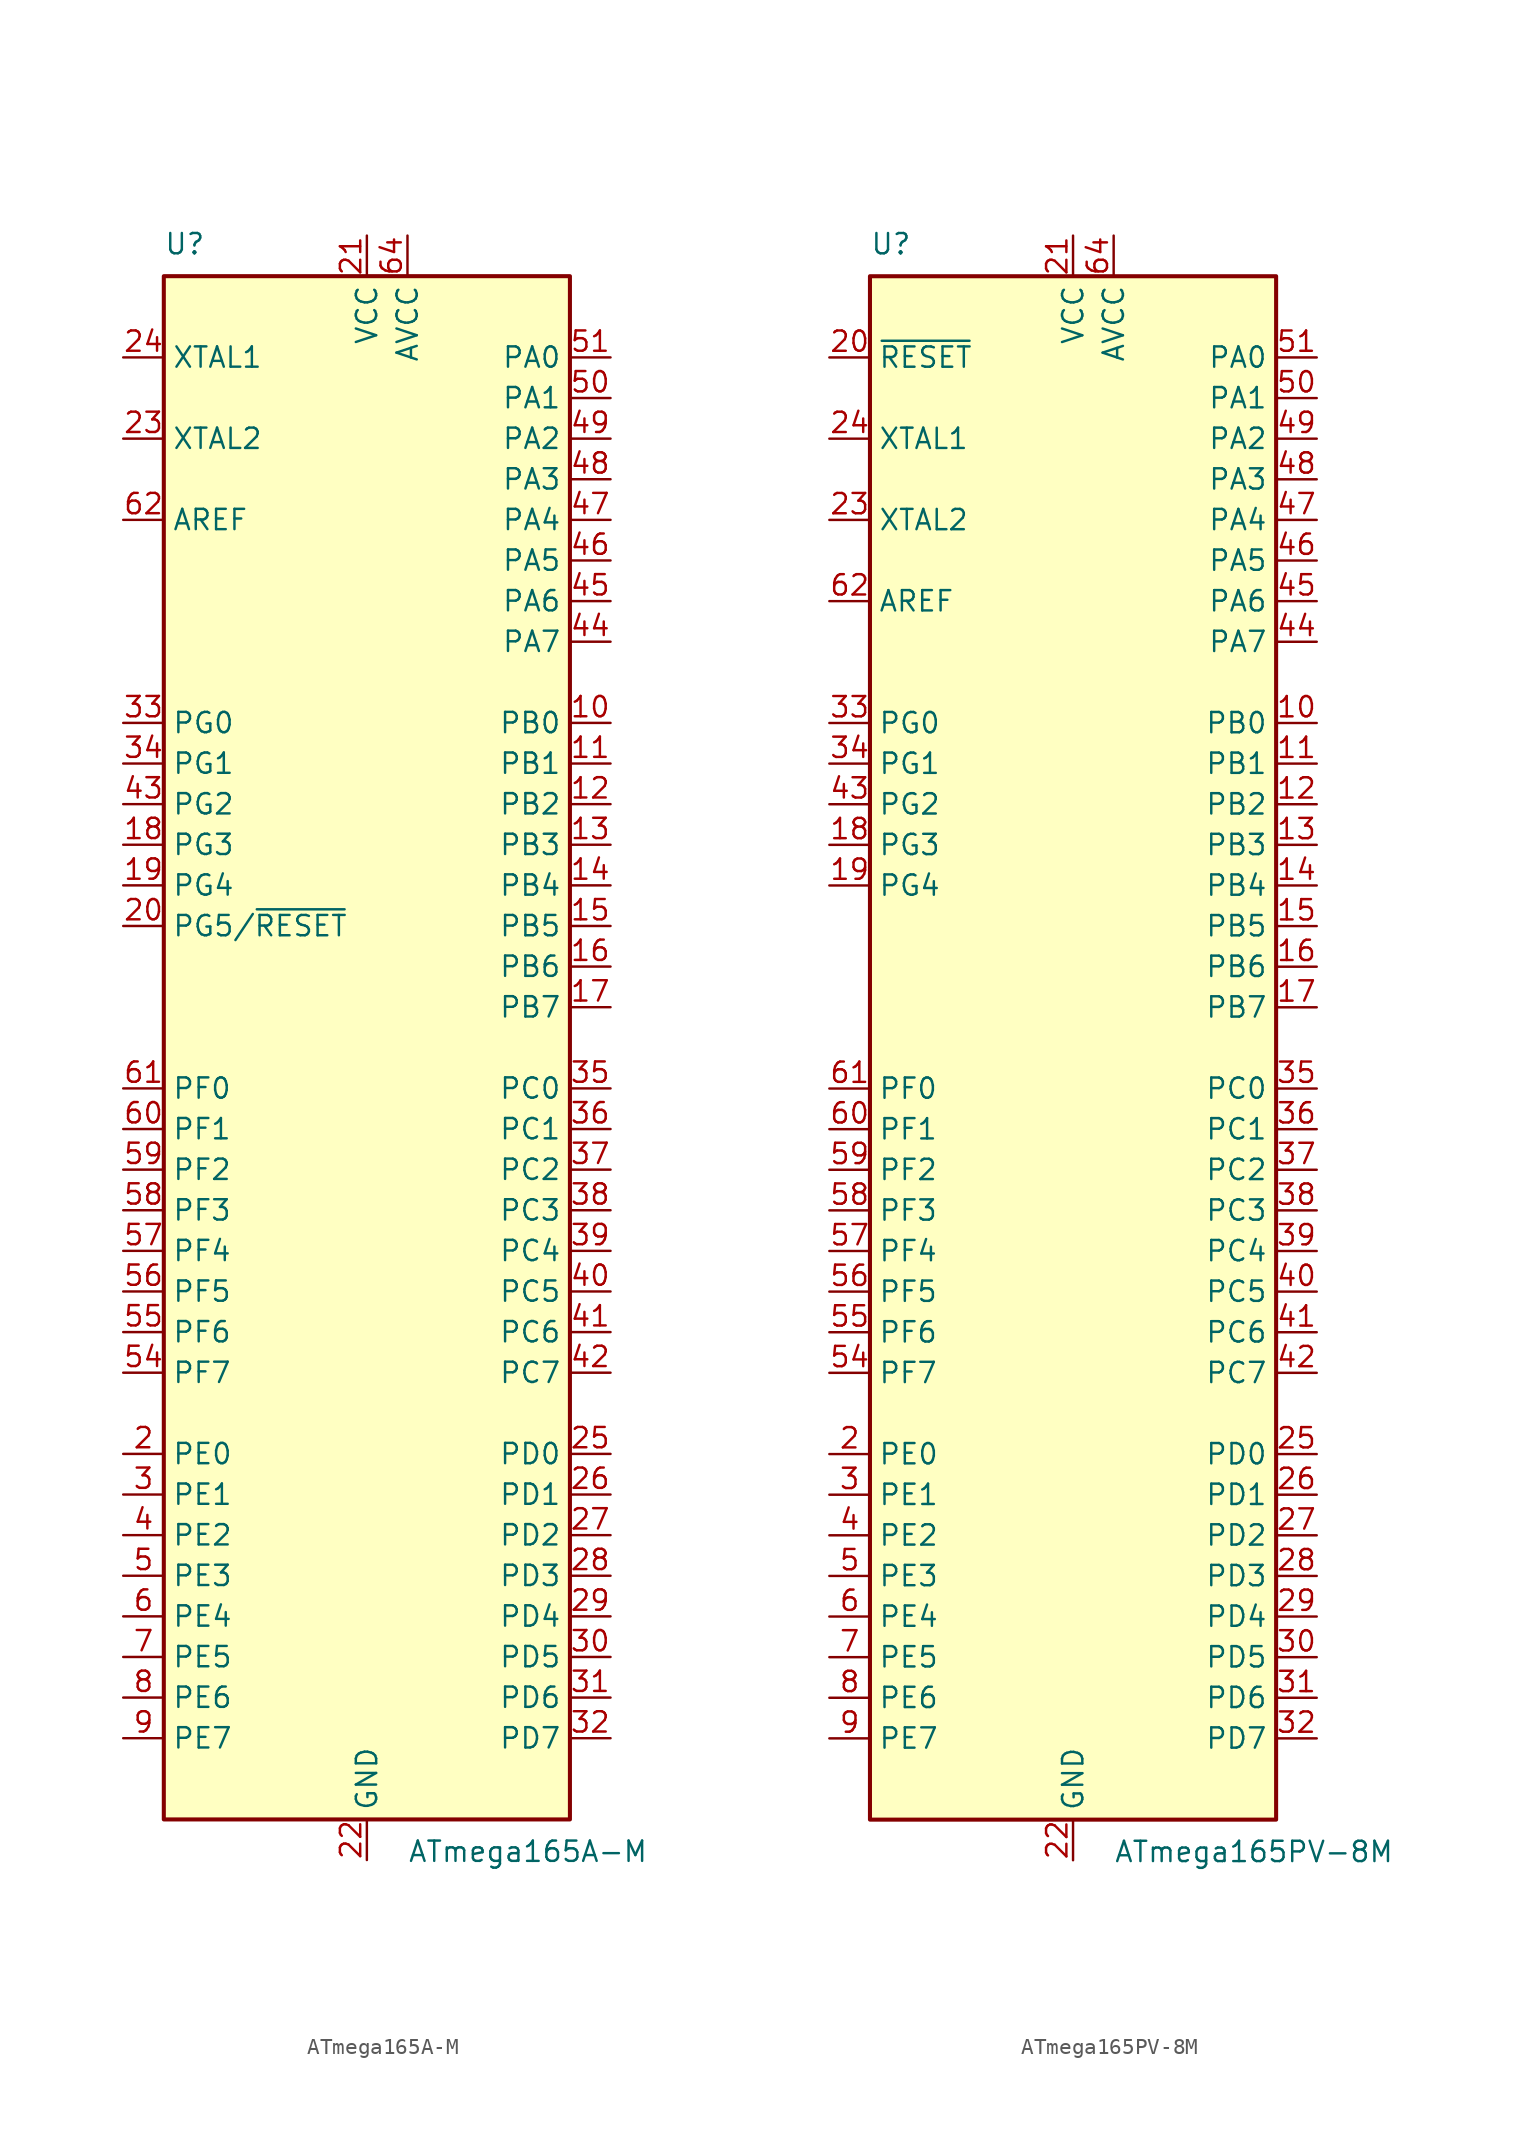
<source format=kicad_sym>
(kicad_symbol_lib
  (version 20201005)
  (generator kicad_symbol_editor)
  (symbol "MCU_Microchip_ATmega:ATmega165A-M"
    (property "Reference" "U"
      (at -12.7 49.53 0)
      (effects (font (size 1.27 1.27)) (justify left bottom)))
    (property "Value" "ATmega165A-M"
      (at 2.54 -49.53 0)
      (effects (font (size 1.27 1.27)) (justify left top)))
    (symbol "ATmega165A-M_0_1"
      (rectangle (start -12.7 -48.26) (end 12.7 48.26) (stroke (width 0.254)) (fill (type background))))
    (symbol "ATmega165A-M_1_1"
      (pin no_connect line (at -12.7 -45.72 0) (length 2.54) hide (name "NC" (effects (font (size 1.27 1.27)))) (number "1" (effects (font (size 1.27 1.27)))))
      (pin bidirectional line (at 15.24 20.32 180) (length 2.54) (name "PB0" (effects (font (size 1.27 1.27)))) (number "10" (effects (font (size 1.27 1.27)))))
      (pin bidirectional line (at 15.24 17.78 180) (length 2.54) (name "PB1" (effects (font (size 1.27 1.27)))) (number "11" (effects (font (size 1.27 1.27)))))
      (pin bidirectional line (at 15.24 15.24 180) (length 2.54) (name "PB2" (effects (font (size 1.27 1.27)))) (number "12" (effects (font (size 1.27 1.27)))))
      (pin bidirectional line (at 15.24 12.7 180) (length 2.54) (name "PB3" (effects (font (size 1.27 1.27)))) (number "13" (effects (font (size 1.27 1.27)))))
      (pin bidirectional line (at 15.24 10.16 180) (length 2.54) (name "PB4" (effects (font (size 1.27 1.27)))) (number "14" (effects (font (size 1.27 1.27)))))
      (pin bidirectional line (at 15.24 7.62 180) (length 2.54) (name "PB5" (effects (font (size 1.27 1.27)))) (number "15" (effects (font (size 1.27 1.27)))))
      (pin bidirectional line (at 15.24 5.08 180) (length 2.54) (name "PB6" (effects (font (size 1.27 1.27)))) (number "16" (effects (font (size 1.27 1.27)))))
      (pin bidirectional line (at 15.24 2.54 180) (length 2.54) (name "PB7" (effects (font (size 1.27 1.27)))) (number "17" (effects (font (size 1.27 1.27)))))
      (pin bidirectional line (at -15.24 12.7 0) (length 2.54) (name "PG3" (effects (font (size 1.27 1.27)))) (number "18" (effects (font (size 1.27 1.27)))))
      (pin bidirectional line (at -15.24 10.16 0) (length 2.54) (name "PG4" (effects (font (size 1.27 1.27)))) (number "19" (effects (font (size 1.27 1.27)))))
      (pin bidirectional line (at -15.24 -25.4 0) (length 2.54) (name "PE0" (effects (font (size 1.27 1.27)))) (number "2" (effects (font (size 1.27 1.27)))))
      (pin bidirectional line (at -15.24 7.62 0) (length 2.54) (name "PG5/~RESET" (effects (font (size 1.27 1.27)))) (number "20" (effects (font (size 1.27 1.27)))))
      (pin power_in line (at 0 50.8 270) (length 2.54) (name "VCC" (effects (font (size 1.27 1.27)))) (number "21" (effects (font (size 1.27 1.27)))))
      (pin power_in line (at 0 -50.8 90) (length 2.54) (name "GND" (effects (font (size 1.27 1.27)))) (number "22" (effects (font (size 1.27 1.27)))))
      (pin output line (at -15.24 38.1 0) (length 2.54) (name "XTAL2" (effects (font (size 1.27 1.27)))) (number "23" (effects (font (size 1.27 1.27)))))
      (pin input line (at -15.24 43.18 0) (length 2.54) (name "XTAL1" (effects (font (size 1.27 1.27)))) (number "24" (effects (font (size 1.27 1.27)))))
      (pin bidirectional line (at 15.24 -25.4 180) (length 2.54) (name "PD0" (effects (font (size 1.27 1.27)))) (number "25" (effects (font (size 1.27 1.27)))))
      (pin bidirectional line (at 15.24 -27.94 180) (length 2.54) (name "PD1" (effects (font (size 1.27 1.27)))) (number "26" (effects (font (size 1.27 1.27)))))
      (pin bidirectional line (at 15.24 -30.48 180) (length 2.54) (name "PD2" (effects (font (size 1.27 1.27)))) (number "27" (effects (font (size 1.27 1.27)))))
      (pin bidirectional line (at 15.24 -33.02 180) (length 2.54) (name "PD3" (effects (font (size 1.27 1.27)))) (number "28" (effects (font (size 1.27 1.27)))))
      (pin bidirectional line (at 15.24 -35.56 180) (length 2.54) (name "PD4" (effects (font (size 1.27 1.27)))) (number "29" (effects (font (size 1.27 1.27)))))
      (pin bidirectional line (at -15.24 -27.94 0) (length 2.54) (name "PE1" (effects (font (size 1.27 1.27)))) (number "3" (effects (font (size 1.27 1.27)))))
      (pin bidirectional line (at 15.24 -38.1 180) (length 2.54) (name "PD5" (effects (font (size 1.27 1.27)))) (number "30" (effects (font (size 1.27 1.27)))))
      (pin bidirectional line (at 15.24 -40.64 180) (length 2.54) (name "PD6" (effects (font (size 1.27 1.27)))) (number "31" (effects (font (size 1.27 1.27)))))
      (pin bidirectional line (at 15.24 -43.18 180) (length 2.54) (name "PD7" (effects (font (size 1.27 1.27)))) (number "32" (effects (font (size 1.27 1.27)))))
      (pin bidirectional line (at -15.24 20.32 0) (length 2.54) (name "PG0" (effects (font (size 1.27 1.27)))) (number "33" (effects (font (size 1.27 1.27)))))
      (pin bidirectional line (at -15.24 17.78 0) (length 2.54) (name "PG1" (effects (font (size 1.27 1.27)))) (number "34" (effects (font (size 1.27 1.27)))))
      (pin bidirectional line (at 15.24 -2.54 180) (length 2.54) (name "PC0" (effects (font (size 1.27 1.27)))) (number "35" (effects (font (size 1.27 1.27)))))
      (pin bidirectional line (at 15.24 -5.08 180) (length 2.54) (name "PC1" (effects (font (size 1.27 1.27)))) (number "36" (effects (font (size 1.27 1.27)))))
      (pin bidirectional line (at 15.24 -7.62 180) (length 2.54) (name "PC2" (effects (font (size 1.27 1.27)))) (number "37" (effects (font (size 1.27 1.27)))))
      (pin bidirectional line (at 15.24 -10.16 180) (length 2.54) (name "PC3" (effects (font (size 1.27 1.27)))) (number "38" (effects (font (size 1.27 1.27)))))
      (pin bidirectional line (at 15.24 -12.7 180) (length 2.54) (name "PC4" (effects (font (size 1.27 1.27)))) (number "39" (effects (font (size 1.27 1.27)))))
      (pin bidirectional line (at -15.24 -30.48 0) (length 2.54) (name "PE2" (effects (font (size 1.27 1.27)))) (number "4" (effects (font (size 1.27 1.27)))))
      (pin bidirectional line (at 15.24 -15.24 180) (length 2.54) (name "PC5" (effects (font (size 1.27 1.27)))) (number "40" (effects (font (size 1.27 1.27)))))
      (pin bidirectional line (at 15.24 -17.78 180) (length 2.54) (name "PC6" (effects (font (size 1.27 1.27)))) (number "41" (effects (font (size 1.27 1.27)))))
      (pin bidirectional line (at 15.24 -20.32 180) (length 2.54) (name "PC7" (effects (font (size 1.27 1.27)))) (number "42" (effects (font (size 1.27 1.27)))))
      (pin bidirectional line (at -15.24 15.24 0) (length 2.54) (name "PG2" (effects (font (size 1.27 1.27)))) (number "43" (effects (font (size 1.27 1.27)))))
      (pin bidirectional line (at 15.24 25.4 180) (length 2.54) (name "PA7" (effects (font (size 1.27 1.27)))) (number "44" (effects (font (size 1.27 1.27)))))
      (pin bidirectional line (at 15.24 27.94 180) (length 2.54) (name "PA6" (effects (font (size 1.27 1.27)))) (number "45" (effects (font (size 1.27 1.27)))))
      (pin bidirectional line (at 15.24 30.48 180) (length 2.54) (name "PA5" (effects (font (size 1.27 1.27)))) (number "46" (effects (font (size 1.27 1.27)))))
      (pin bidirectional line (at 15.24 33.02 180) (length 2.54) (name "PA4" (effects (font (size 1.27 1.27)))) (number "47" (effects (font (size 1.27 1.27)))))
      (pin bidirectional line (at 15.24 35.56 180) (length 2.54) (name "PA3" (effects (font (size 1.27 1.27)))) (number "48" (effects (font (size 1.27 1.27)))))
      (pin bidirectional line (at 15.24 38.1 180) (length 2.54) (name "PA2" (effects (font (size 1.27 1.27)))) (number "49" (effects (font (size 1.27 1.27)))))
      (pin bidirectional line (at -15.24 -33.02 0) (length 2.54) (name "PE3" (effects (font (size 1.27 1.27)))) (number "5" (effects (font (size 1.27 1.27)))))
      (pin bidirectional line (at 15.24 40.64 180) (length 2.54) (name "PA1" (effects (font (size 1.27 1.27)))) (number "50" (effects (font (size 1.27 1.27)))))
      (pin bidirectional line (at 15.24 43.18 180) (length 2.54) (name "PA0" (effects (font (size 1.27 1.27)))) (number "51" (effects (font (size 1.27 1.27)))))
      (pin passive line (at 0 50.8 270) (length 2.54) hide (name "VCC" (effects (font (size 1.27 1.27)))) (number "52" (effects (font (size 1.27 1.27)))))
      (pin passive line (at 0 -50.8 90) (length 2.54) hide (name "GND" (effects (font (size 1.27 1.27)))) (number "53" (effects (font (size 1.27 1.27)))))
      (pin bidirectional line (at -15.24 -20.32 0) (length 2.54) (name "PF7" (effects (font (size 1.27 1.27)))) (number "54" (effects (font (size 1.27 1.27)))))
      (pin bidirectional line (at -15.24 -17.78 0) (length 2.54) (name "PF6" (effects (font (size 1.27 1.27)))) (number "55" (effects (font (size 1.27 1.27)))))
      (pin bidirectional line (at -15.24 -15.24 0) (length 2.54) (name "PF5" (effects (font (size 1.27 1.27)))) (number "56" (effects (font (size 1.27 1.27)))))
      (pin bidirectional line (at -15.24 -12.7 0) (length 2.54) (name "PF4" (effects (font (size 1.27 1.27)))) (number "57" (effects (font (size 1.27 1.27)))))
      (pin bidirectional line (at -15.24 -10.16 0) (length 2.54) (name "PF3" (effects (font (size 1.27 1.27)))) (number "58" (effects (font (size 1.27 1.27)))))
      (pin bidirectional line (at -15.24 -7.62 0) (length 2.54) (name "PF2" (effects (font (size 1.27 1.27)))) (number "59" (effects (font (size 1.27 1.27)))))
      (pin bidirectional line (at -15.24 -35.56 0) (length 2.54) (name "PE4" (effects (font (size 1.27 1.27)))) (number "6" (effects (font (size 1.27 1.27)))))
      (pin bidirectional line (at -15.24 -5.08 0) (length 2.54) (name "PF1" (effects (font (size 1.27 1.27)))) (number "60" (effects (font (size 1.27 1.27)))))
      (pin bidirectional line (at -15.24 -2.54 0) (length 2.54) (name "PF0" (effects (font (size 1.27 1.27)))) (number "61" (effects (font (size 1.27 1.27)))))
      (pin passive line (at -15.24 33.02 0) (length 2.54) (name "AREF" (effects (font (size 1.27 1.27)))) (number "62" (effects (font (size 1.27 1.27)))))
      (pin passive line (at 0 -50.8 90) (length 2.54) hide (name "GND" (effects (font (size 1.27 1.27)))) (number "63" (effects (font (size 1.27 1.27)))))
      (pin power_in line (at 2.54 50.8 270) (length 2.54) (name "AVCC" (effects (font (size 1.27 1.27)))) (number "64" (effects (font (size 1.27 1.27)))))
      (pin passive line (at 0 -50.8 90) (length 2.54) hide (name "GND" (effects (font (size 1.27 1.27)))) (number "65" (effects (font (size 1.27 1.27)))))
      (pin bidirectional line (at -15.24 -38.1 0) (length 2.54) (name "PE5" (effects (font (size 1.27 1.27)))) (number "7" (effects (font (size 1.27 1.27)))))
      (pin bidirectional line (at -15.24 -40.64 0) (length 2.54) (name "PE6" (effects (font (size 1.27 1.27)))) (number "8" (effects (font (size 1.27 1.27)))))
      (pin bidirectional line (at -15.24 -43.18 0) (length 2.54) (name "PE7" (effects (font (size 1.27 1.27)))) (number "9" (effects (font (size 1.27 1.27)))))))
  (symbol "MCU_Microchip_ATmega:ATmega165PV-8M"
    (property "Reference" "U"
      (at -12.7 49.53 0)
      (effects (font (size 1.27 1.27)) (justify left bottom)))
    (property "Value" "ATmega165PV-8M"
      (at 2.54 -49.53 0)
      (effects (font (size 1.27 1.27)) (justify left top)))
    (symbol "ATmega165PV-8M_0_1"
      (rectangle (start -12.7 -48.26) (end 12.7 48.26) (stroke (width 0.254)) (fill (type background))))
    (symbol "ATmega165PV-8M_1_1"
      (pin no_connect line (at -12.7 -45.72 0) (length 2.54) hide (name "NC" (effects (font (size 1.27 1.27)))) (number "1" (effects (font (size 1.27 1.27)))))
      (pin bidirectional line (at 15.24 20.32 180) (length 2.54) (name "PB0" (effects (font (size 1.27 1.27)))) (number "10" (effects (font (size 1.27 1.27)))))
      (pin bidirectional line (at 15.24 17.78 180) (length 2.54) (name "PB1" (effects (font (size 1.27 1.27)))) (number "11" (effects (font (size 1.27 1.27)))))
      (pin bidirectional line (at 15.24 15.24 180) (length 2.54) (name "PB2" (effects (font (size 1.27 1.27)))) (number "12" (effects (font (size 1.27 1.27)))))
      (pin bidirectional line (at 15.24 12.7 180) (length 2.54) (name "PB3" (effects (font (size 1.27 1.27)))) (number "13" (effects (font (size 1.27 1.27)))))
      (pin bidirectional line (at 15.24 10.16 180) (length 2.54) (name "PB4" (effects (font (size 1.27 1.27)))) (number "14" (effects (font (size 1.27 1.27)))))
      (pin bidirectional line (at 15.24 7.62 180) (length 2.54) (name "PB5" (effects (font (size 1.27 1.27)))) (number "15" (effects (font (size 1.27 1.27)))))
      (pin bidirectional line (at 15.24 5.08 180) (length 2.54) (name "PB6" (effects (font (size 1.27 1.27)))) (number "16" (effects (font (size 1.27 1.27)))))
      (pin bidirectional line (at 15.24 2.54 180) (length 2.54) (name "PB7" (effects (font (size 1.27 1.27)))) (number "17" (effects (font (size 1.27 1.27)))))
      (pin bidirectional line (at -15.24 12.7 0) (length 2.54) (name "PG3" (effects (font (size 1.27 1.27)))) (number "18" (effects (font (size 1.27 1.27)))))
      (pin bidirectional line (at -15.24 10.16 0) (length 2.54) (name "PG4" (effects (font (size 1.27 1.27)))) (number "19" (effects (font (size 1.27 1.27)))))
      (pin bidirectional line (at -15.24 -25.4 0) (length 2.54) (name "PE0" (effects (font (size 1.27 1.27)))) (number "2" (effects (font (size 1.27 1.27)))))
      (pin input line (at -15.24 43.18 0) (length 2.54) (name "~RESET" (effects (font (size 1.27 1.27)))) (number "20" (effects (font (size 1.27 1.27)))))
      (pin power_in line (at 0 50.8 270) (length 2.54) (name "VCC" (effects (font (size 1.27 1.27)))) (number "21" (effects (font (size 1.27 1.27)))))
      (pin power_in line (at 0 -50.8 90) (length 2.54) (name "GND" (effects (font (size 1.27 1.27)))) (number "22" (effects (font (size 1.27 1.27)))))
      (pin output line (at -15.24 33.02 0) (length 2.54) (name "XTAL2" (effects (font (size 1.27 1.27)))) (number "23" (effects (font (size 1.27 1.27)))))
      (pin input line (at -15.24 38.1 0) (length 2.54) (name "XTAL1" (effects (font (size 1.27 1.27)))) (number "24" (effects (font (size 1.27 1.27)))))
      (pin bidirectional line (at 15.24 -25.4 180) (length 2.54) (name "PD0" (effects (font (size 1.27 1.27)))) (number "25" (effects (font (size 1.27 1.27)))))
      (pin bidirectional line (at 15.24 -27.94 180) (length 2.54) (name "PD1" (effects (font (size 1.27 1.27)))) (number "26" (effects (font (size 1.27 1.27)))))
      (pin bidirectional line (at 15.24 -30.48 180) (length 2.54) (name "PD2" (effects (font (size 1.27 1.27)))) (number "27" (effects (font (size 1.27 1.27)))))
      (pin bidirectional line (at 15.24 -33.02 180) (length 2.54) (name "PD3" (effects (font (size 1.27 1.27)))) (number "28" (effects (font (size 1.27 1.27)))))
      (pin bidirectional line (at 15.24 -35.56 180) (length 2.54) (name "PD4" (effects (font (size 1.27 1.27)))) (number "29" (effects (font (size 1.27 1.27)))))
      (pin bidirectional line (at -15.24 -27.94 0) (length 2.54) (name "PE1" (effects (font (size 1.27 1.27)))) (number "3" (effects (font (size 1.27 1.27)))))
      (pin bidirectional line (at 15.24 -38.1 180) (length 2.54) (name "PD5" (effects (font (size 1.27 1.27)))) (number "30" (effects (font (size 1.27 1.27)))))
      (pin bidirectional line (at 15.24 -40.64 180) (length 2.54) (name "PD6" (effects (font (size 1.27 1.27)))) (number "31" (effects (font (size 1.27 1.27)))))
      (pin bidirectional line (at 15.24 -43.18 180) (length 2.54) (name "PD7" (effects (font (size 1.27 1.27)))) (number "32" (effects (font (size 1.27 1.27)))))
      (pin bidirectional line (at -15.24 20.32 0) (length 2.54) (name "PG0" (effects (font (size 1.27 1.27)))) (number "33" (effects (font (size 1.27 1.27)))))
      (pin bidirectional line (at -15.24 17.78 0) (length 2.54) (name "PG1" (effects (font (size 1.27 1.27)))) (number "34" (effects (font (size 1.27 1.27)))))
      (pin bidirectional line (at 15.24 -2.54 180) (length 2.54) (name "PC0" (effects (font (size 1.27 1.27)))) (number "35" (effects (font (size 1.27 1.27)))))
      (pin bidirectional line (at 15.24 -5.08 180) (length 2.54) (name "PC1" (effects (font (size 1.27 1.27)))) (number "36" (effects (font (size 1.27 1.27)))))
      (pin bidirectional line (at 15.24 -7.62 180) (length 2.54) (name "PC2" (effects (font (size 1.27 1.27)))) (number "37" (effects (font (size 1.27 1.27)))))
      (pin bidirectional line (at 15.24 -10.16 180) (length 2.54) (name "PC3" (effects (font (size 1.27 1.27)))) (number "38" (effects (font (size 1.27 1.27)))))
      (pin bidirectional line (at 15.24 -12.7 180) (length 2.54) (name "PC4" (effects (font (size 1.27 1.27)))) (number "39" (effects (font (size 1.27 1.27)))))
      (pin bidirectional line (at -15.24 -30.48 0) (length 2.54) (name "PE2" (effects (font (size 1.27 1.27)))) (number "4" (effects (font (size 1.27 1.27)))))
      (pin bidirectional line (at 15.24 -15.24 180) (length 2.54) (name "PC5" (effects (font (size 1.27 1.27)))) (number "40" (effects (font (size 1.27 1.27)))))
      (pin bidirectional line (at 15.24 -17.78 180) (length 2.54) (name "PC6" (effects (font (size 1.27 1.27)))) (number "41" (effects (font (size 1.27 1.27)))))
      (pin bidirectional line (at 15.24 -20.32 180) (length 2.54) (name "PC7" (effects (font (size 1.27 1.27)))) (number "42" (effects (font (size 1.27 1.27)))))
      (pin bidirectional line (at -15.24 15.24 0) (length 2.54) (name "PG2" (effects (font (size 1.27 1.27)))) (number "43" (effects (font (size 1.27 1.27)))))
      (pin bidirectional line (at 15.24 25.4 180) (length 2.54) (name "PA7" (effects (font (size 1.27 1.27)))) (number "44" (effects (font (size 1.27 1.27)))))
      (pin bidirectional line (at 15.24 27.94 180) (length 2.54) (name "PA6" (effects (font (size 1.27 1.27)))) (number "45" (effects (font (size 1.27 1.27)))))
      (pin bidirectional line (at 15.24 30.48 180) (length 2.54) (name "PA5" (effects (font (size 1.27 1.27)))) (number "46" (effects (font (size 1.27 1.27)))))
      (pin bidirectional line (at 15.24 33.02 180) (length 2.54) (name "PA4" (effects (font (size 1.27 1.27)))) (number "47" (effects (font (size 1.27 1.27)))))
      (pin bidirectional line (at 15.24 35.56 180) (length 2.54) (name "PA3" (effects (font (size 1.27 1.27)))) (number "48" (effects (font (size 1.27 1.27)))))
      (pin bidirectional line (at 15.24 38.1 180) (length 2.54) (name "PA2" (effects (font (size 1.27 1.27)))) (number "49" (effects (font (size 1.27 1.27)))))
      (pin bidirectional line (at -15.24 -33.02 0) (length 2.54) (name "PE3" (effects (font (size 1.27 1.27)))) (number "5" (effects (font (size 1.27 1.27)))))
      (pin bidirectional line (at 15.24 40.64 180) (length 2.54) (name "PA1" (effects (font (size 1.27 1.27)))) (number "50" (effects (font (size 1.27 1.27)))))
      (pin bidirectional line (at 15.24 43.18 180) (length 2.54) (name "PA0" (effects (font (size 1.27 1.27)))) (number "51" (effects (font (size 1.27 1.27)))))
      (pin passive line (at 0 50.8 270) (length 2.54) hide (name "VCC" (effects (font (size 1.27 1.27)))) (number "52" (effects (font (size 1.27 1.27)))))
      (pin passive line (at 0 -50.8 90) (length 2.54) hide (name "GND" (effects (font (size 1.27 1.27)))) (number "53" (effects (font (size 1.27 1.27)))))
      (pin bidirectional line (at -15.24 -20.32 0) (length 2.54) (name "PF7" (effects (font (size 1.27 1.27)))) (number "54" (effects (font (size 1.27 1.27)))))
      (pin bidirectional line (at -15.24 -17.78 0) (length 2.54) (name "PF6" (effects (font (size 1.27 1.27)))) (number "55" (effects (font (size 1.27 1.27)))))
      (pin bidirectional line (at -15.24 -15.24 0) (length 2.54) (name "PF5" (effects (font (size 1.27 1.27)))) (number "56" (effects (font (size 1.27 1.27)))))
      (pin bidirectional line (at -15.24 -12.7 0) (length 2.54) (name "PF4" (effects (font (size 1.27 1.27)))) (number "57" (effects (font (size 1.27 1.27)))))
      (pin bidirectional line (at -15.24 -10.16 0) (length 2.54) (name "PF3" (effects (font (size 1.27 1.27)))) (number "58" (effects (font (size 1.27 1.27)))))
      (pin bidirectional line (at -15.24 -7.62 0) (length 2.54) (name "PF2" (effects (font (size 1.27 1.27)))) (number "59" (effects (font (size 1.27 1.27)))))
      (pin bidirectional line (at -15.24 -35.56 0) (length 2.54) (name "PE4" (effects (font (size 1.27 1.27)))) (number "6" (effects (font (size 1.27 1.27)))))
      (pin bidirectional line (at -15.24 -5.08 0) (length 2.54) (name "PF1" (effects (font (size 1.27 1.27)))) (number "60" (effects (font (size 1.27 1.27)))))
      (pin bidirectional line (at -15.24 -2.54 0) (length 2.54) (name "PF0" (effects (font (size 1.27 1.27)))) (number "61" (effects (font (size 1.27 1.27)))))
      (pin passive line (at -15.24 27.94 0) (length 2.54) (name "AREF" (effects (font (size 1.27 1.27)))) (number "62" (effects (font (size 1.27 1.27)))))
      (pin passive line (at 0 -50.8 90) (length 2.54) hide (name "GND" (effects (font (size 1.27 1.27)))) (number "63" (effects (font (size 1.27 1.27)))))
      (pin power_in line (at 2.54 50.8 270) (length 2.54) (name "AVCC" (effects (font (size 1.27 1.27)))) (number "64" (effects (font (size 1.27 1.27)))))
      (pin passive line (at 0 -50.8 90) (length 2.54) hide (name "GND" (effects (font (size 1.27 1.27)))) (number "65" (effects (font (size 1.27 1.27)))))
      (pin bidirectional line (at -15.24 -38.1 0) (length 2.54) (name "PE5" (effects (font (size 1.27 1.27)))) (number "7" (effects (font (size 1.27 1.27)))))
      (pin bidirectional line (at -15.24 -40.64 0) (length 2.54) (name "PE6" (effects (font (size 1.27 1.27)))) (number "8" (effects (font (size 1.27 1.27)))))
      (pin bidirectional line (at -15.24 -43.18 0) (length 2.54) (name "PE7" (effects (font (size 1.27 1.27)))) (number "9" (effects (font (size 1.27 1.27))))))))
</source>
